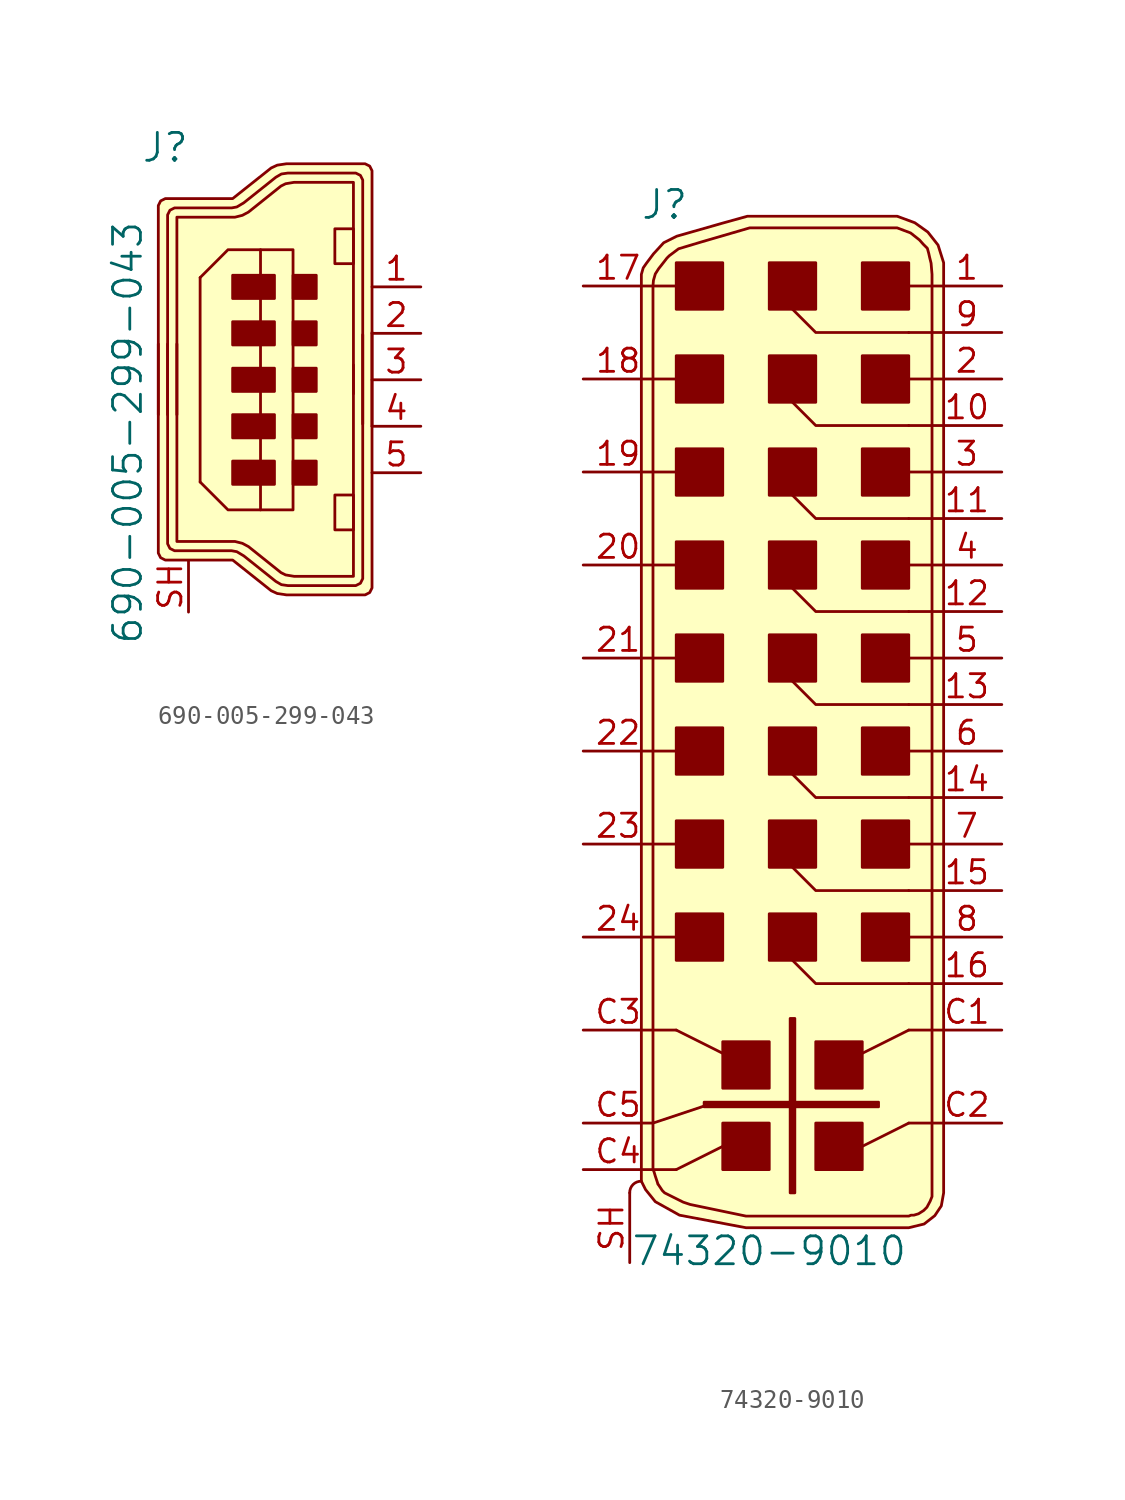
<source format=kicad_sym>
(kicad_symbol_lib
  (version 20211014)
  (generator kicad_symbol_editor)
  (symbol "690-005-299-043"
    (pin_names
      (offset 1.016))
    (property "Reference" "J"
      (at 8.89 30.48 0)
      (effects (font (size 1.524 1.524))))
    (property "Value" "690-005-299-043"
      (at 6.833 14.884 90)
      (effects (font (size 1.524 1.524))))
    (symbol "690-005-299-043_0_1"
      (polyline (pts (xy 10.795 23.368) (xy 10.795 12.192)) (stroke (width 0) (type default) (color 0 0 0 0)) (fill (type none)))
      (polyline (pts (xy 10.795 12.192) (xy 12.319 10.668) (xy 14.097 10.668)) (stroke (width 0) (type default) (color 0 0 0 0)) (fill (type none)))
      (polyline (pts (xy 10.795 23.368) (xy 12.319 24.892) (xy 14.097 24.892)) (stroke (width 0) (type default) (color 0 0 0 0)) (fill (type none)))
      (polyline (pts (xy 19.177 17.018) (xy 19.177 28.575) (xy 15.926 28.575) (xy 15.469 28.499) (xy 15.215 28.372) (xy 13.437 26.949) (xy 13.106 26.772) (xy 12.7 26.67) (xy 9.525 26.67) (xy 9.525 15.875)) (stroke (width 0) (type default) (color 0 0 0 0)) (fill (type none)))
      (polyline (pts (xy 19.177 18.593) (xy 19.177 7.036) (xy 15.926 7.036) (xy 15.469 7.112) (xy 15.215 7.239) (xy 13.437 8.661) (xy 13.106 8.839) (xy 12.7 8.941) (xy 9.525 8.941) (xy 9.525 19.736)) (stroke (width 0) (type default) (color 0 0 0 0)) (fill (type none)))
      (polyline (pts (xy 20.193 15.24) (xy 20.193 28.956) (xy 20.193 29.21) (xy 20.066 29.464) (xy 19.812 29.591) (xy 19.558 29.591) (xy 15.519 29.591) (xy 15.011 29.515) (xy 14.681 29.362) (xy 12.573 27.686) (xy 9.144 27.686) (xy 8.89 27.686) (xy 8.636 27.559) (xy 8.509 27.305) (xy 8.509 27.051) (xy 8.509 15.875)) (stroke (width 0) (type default) (color 0 0 0 0)) (fill (type background)))
      (polyline (pts (xy 20.193 20.371) (xy 20.193 6.655) (xy 20.193 6.401) (xy 20.066 6.147) (xy 19.812 6.02) (xy 19.558 6.02) (xy 15.519 6.02) (xy 15.011 6.096) (xy 14.681 6.248) (xy 12.573 7.925) (xy 9.144 7.925) (xy 8.89 7.925) (xy 8.636 8.052) (xy 8.509 8.306) (xy 8.509 8.56) (xy 8.509 19.736)) (stroke (width 0) (type default) (color 0 0 0 0)) (fill (type background)))
      (polyline (pts (xy 19.685 15.367) (xy 19.685 28.448) (xy 19.685 28.702) (xy 19.558 28.956) (xy 19.304 29.083) (xy 19.05 29.083) (xy 15.596 29.083) (xy 15.24 29.032) (xy 14.935 28.854) (xy 13.183 27.457) (xy 12.802 27.229) (xy 12.522 27.178) (xy 9.652 27.178) (xy 9.398 27.178) (xy 9.144 27.051) (xy 9.017 26.797) (xy 9.017 26.543) (xy 9.017 15.875)) (stroke (width 0) (type default) (color 0 0 0 0)) (fill (type none)))
      (polyline (pts (xy 19.685 20.244) (xy 19.685 7.163) (xy 19.685 6.909) (xy 19.558 6.655) (xy 19.304 6.528) (xy 19.05 6.528) (xy 15.596 6.528) (xy 15.24 6.579) (xy 14.935 6.756) (xy 13.183 8.153) (xy 12.802 8.382) (xy 12.522 8.433) (xy 9.652 8.433) (xy 9.398 8.433) (xy 9.144 8.56) (xy 9.017 8.814) (xy 9.017 9.068) (xy 9.017 19.736)) (stroke (width 0) (type default) (color 0 0 0 0)) (fill (type none)))
      (rectangle (start 14.859 12.065) (end 12.573 13.335) (stroke (width 0) (type default) (color 0 0 0 0)) (fill (type outline)))
      (rectangle (start 14.859 14.605) (end 12.573 15.875) (stroke (width 0) (type default) (color 0 0 0 0)) (fill (type outline)))
      (rectangle (start 14.859 17.145) (end 12.573 18.415) (stroke (width 0) (type default) (color 0 0 0 0)) (fill (type outline)))
      (rectangle (start 14.859 19.685) (end 12.573 20.955) (stroke (width 0) (type default) (color 0 0 0 0)) (fill (type outline)))
      (rectangle (start 14.859 22.225) (end 12.573 23.495) (stroke (width 0) (type default) (color 0 0 0 0)) (fill (type outline)))
      (rectangle (start 15.875 10.668) (end 14.097 24.892) (stroke (width 0) (type default) (color 0 0 0 0)) (fill (type none)))
      (rectangle (start 17.145 13.335) (end 15.875 12.065) (stroke (width 0) (type default) (color 0 0 0 0)) (fill (type outline)))
      (rectangle (start 17.145 15.875) (end 15.875 14.605) (stroke (width 0) (type default) (color 0 0 0 0)) (fill (type outline)))
      (rectangle (start 17.145 18.415) (end 15.875 17.145) (stroke (width 0) (type default) (color 0 0 0 0)) (fill (type outline)))
      (rectangle (start 17.145 20.955) (end 15.875 19.685) (stroke (width 0) (type default) (color 0 0 0 0)) (fill (type outline)))
      (rectangle (start 17.145 23.495) (end 15.875 22.225) (stroke (width 0) (type default) (color 0 0 0 0)) (fill (type outline)))
      (rectangle (start 18.161 9.576) (end 19.177 11.481) (stroke (width 0) (type default) (color 0 0 0 0)) (fill (type none)))
      (rectangle (start 18.161 26.035) (end 19.177 24.13) (stroke (width 0) (type default) (color 0 0 0 0)) (fill (type none))))
    (symbol "690-005-299-043_1_1"
      (pin passive line (at 22.86 22.86 180) (length 2.667) (name "~" (effects (font (size 1.27 1.27)))) (number "1" (effects (font (size 1.27 1.27)))))
      (pin passive line (at 22.86 20.32 180) (length 2.667) (name "~" (effects (font (size 1.27 1.27)))) (number "2" (effects (font (size 1.27 1.27)))))
      (pin passive line (at 22.86 17.78 180) (length 2.667) (name "~" (effects (font (size 1.27 1.27)))) (number "3" (effects (font (size 1.27 1.27)))))
      (pin passive line (at 22.86 15.24 180) (length 2.667) (name "~" (effects (font (size 1.27 1.27)))) (number "4" (effects (font (size 1.27 1.27)))))
      (pin passive line (at 22.86 12.7 180) (length 2.667) (name "~" (effects (font (size 1.27 1.27)))) (number "5" (effects (font (size 1.27 1.27)))))
      (pin passive line (at 10.16 5.08 90) (length 2.794) (name "~" (effects (font (size 1.27 1.27)))) (number "SH" (effects (font (size 1.27 1.27)))))))
  (symbol "74320-9010"
    (pin_names
      (offset 1.016))
    (property "Reference" "J"
      (at -8.255 27.305 0)
      (effects (font (size 1.524 1.524))))
    (property "Value" "74320-9010"
      (at -2.54 -29.845 0)
      (effects (font (size 1.524 1.524))))
    (symbol "74320-9010_0_1"
      (arc (start -9.525 -26.035) (mid -9.9825 -26.2192) (end -10.16 -26.67) (stroke (width 0) (type default) (color 0 0 0 0)) (fill (type none)))
      (rectangle (start -5.08 -11.43) (end -7.62 -13.97) (stroke (width 0) (type default) (color 0 0 0 0)) (fill (type outline)))
      (rectangle (start -5.08 -6.35) (end -7.62 -8.89) (stroke (width 0) (type default) (color 0 0 0 0)) (fill (type outline)))
      (rectangle (start -5.08 -1.27) (end -7.62 -3.81) (stroke (width 0) (type default) (color 0 0 0 0)) (fill (type outline)))
      (rectangle (start -5.08 3.81) (end -7.62 1.27) (stroke (width 0) (type default) (color 0 0 0 0)) (fill (type outline)))
      (rectangle (start -5.08 8.89) (end -7.62 6.35) (stroke (width 0) (type default) (color 0 0 0 0)) (fill (type outline)))
      (rectangle (start -5.08 13.97) (end -7.62 11.43) (stroke (width 0) (type default) (color 0 0 0 0)) (fill (type outline)))
      (rectangle (start -5.08 19.05) (end -7.62 16.51) (stroke (width 0) (type default) (color 0 0 0 0)) (fill (type outline)))
      (rectangle (start -5.08 24.13) (end -7.62 21.59) (stroke (width 0) (type default) (color 0 0 0 0)) (fill (type outline)))
      (rectangle (start -2.54 -22.86) (end -5.08 -25.4) (stroke (width 0) (type default) (color 0 0 0 0)) (fill (type outline)))
      (rectangle (start -2.54 -18.415) (end -5.08 -20.955) (stroke (width 0) (type default) (color 0 0 0 0)) (fill (type outline)))
      (rectangle (start -1.397 -17.145) (end -1.143 -26.67) (stroke (width 0) (type default) (color 0 0 0 0)) (fill (type outline)))
      (rectangle (start 0 -11.43) (end -2.54 -13.97) (stroke (width 0) (type default) (color 0 0 0 0)) (fill (type outline)))
      (rectangle (start 0 -6.35) (end -2.54 -8.89) (stroke (width 0) (type default) (color 0 0 0 0)) (fill (type outline)))
      (rectangle (start 0 -1.27) (end -2.54 -3.81) (stroke (width 0) (type default) (color 0 0 0 0)) (fill (type outline)))
      (polyline (pts (xy -8.89 -22.86) (xy -5.842 -21.844)) (stroke (width 0) (type default) (color 0 0 0 0)) (fill (type none)))
      (polyline (pts (xy -7.62 -25.4) (xy -8.89 -25.4)) (stroke (width 0) (type default) (color 0 0 0 0)) (fill (type none)))
      (polyline (pts (xy -7.62 -25.4) (xy -5.08 -24.13)) (stroke (width 0) (type default) (color 0 0 0 0)) (fill (type none)))
      (polyline (pts (xy -7.62 -17.78) (xy -8.89 -17.78)) (stroke (width 0) (type default) (color 0 0 0 0)) (fill (type none)))
      (polyline (pts (xy -7.62 -17.78) (xy -5.08 -19.05)) (stroke (width 0) (type default) (color 0 0 0 0)) (fill (type none)))
      (polyline (pts (xy -7.62 -12.7) (xy -8.89 -12.7)) (stroke (width 0) (type default) (color 0 0 0 0)) (fill (type none)))
      (polyline (pts (xy -7.62 -7.62) (xy -8.89 -7.62)) (stroke (width 0) (type default) (color 0 0 0 0)) (fill (type none)))
      (polyline (pts (xy -7.62 -2.54) (xy -8.89 -2.54)) (stroke (width 0) (type default) (color 0 0 0 0)) (fill (type none)))
      (polyline (pts (xy -7.62 2.54) (xy -8.89 2.54)) (stroke (width 0) (type default) (color 0 0 0 0)) (fill (type none)))
      (polyline (pts (xy -7.62 7.62) (xy -8.89 7.62)) (stroke (width 0) (type default) (color 0 0 0 0)) (fill (type none)))
      (polyline (pts (xy -7.62 12.7) (xy -8.89 12.7)) (stroke (width 0) (type default) (color 0 0 0 0)) (fill (type none)))
      (polyline (pts (xy -7.62 17.78) (xy -8.89 17.78)) (stroke (width 0) (type default) (color 0 0 0 0)) (fill (type none)))
      (polyline (pts (xy -7.62 22.86) (xy -8.89 22.86)) (stroke (width 0) (type default) (color 0 0 0 0)) (fill (type none)))
      (polyline (pts (xy 5.08 -22.86) (xy 2.54 -24.13)) (stroke (width 0) (type default) (color 0 0 0 0)) (fill (type none)))
      (polyline (pts (xy 5.08 -17.78) (xy 2.54 -19.05)) (stroke (width 0) (type default) (color 0 0 0 0)) (fill (type none)))
      (polyline (pts (xy 5.08 22.86) (xy 5.08 22.86)) (stroke (width 0) (type default) (color 0 0 0 0)) (fill (type none)))
      (polyline (pts (xy 6.35 -22.86) (xy 5.08 -22.86)) (stroke (width 0) (type default) (color 0 0 0 0)) (fill (type none)))
      (polyline (pts (xy 6.35 -17.78) (xy 5.08 -17.78)) (stroke (width 0) (type default) (color 0 0 0 0)) (fill (type none)))
      (polyline (pts (xy 6.35 -15.24) (xy 5.08 -15.24)) (stroke (width 0) (type default) (color 0 0 0 0)) (fill (type none)))
      (polyline (pts (xy 6.35 -12.7) (xy 5.08 -12.7)) (stroke (width 0) (type default) (color 0 0 0 0)) (fill (type none)))
      (polyline (pts (xy 6.35 -10.16) (xy 5.08 -10.16)) (stroke (width 0) (type default) (color 0 0 0 0)) (fill (type none)))
      (polyline (pts (xy 6.35 -7.62) (xy 5.08 -7.62)) (stroke (width 0) (type default) (color 0 0 0 0)) (fill (type none)))
      (polyline (pts (xy 6.35 -5.08) (xy 5.08 -5.08)) (stroke (width 0) (type default) (color 0 0 0 0)) (fill (type none)))
      (polyline (pts (xy 6.35 -2.54) (xy 5.08 -2.54)) (stroke (width 0) (type default) (color 0 0 0 0)) (fill (type none)))
      (polyline (pts (xy 6.35 0) (xy 5.08 0)) (stroke (width 0) (type default) (color 0 0 0 0)) (fill (type none)))
      (polyline (pts (xy 6.35 2.54) (xy 5.08 2.54)) (stroke (width 0) (type default) (color 0 0 0 0)) (fill (type none)))
      (polyline (pts (xy 6.35 5.08) (xy 5.08 5.08)) (stroke (width 0) (type default) (color 0 0 0 0)) (fill (type none)))
      (polyline (pts (xy 6.35 7.62) (xy 5.08 7.62)) (stroke (width 0) (type default) (color 0 0 0 0)) (fill (type none)))
      (polyline (pts (xy 6.35 10.16) (xy 5.08 10.16)) (stroke (width 0) (type default) (color 0 0 0 0)) (fill (type none)))
      (polyline (pts (xy 6.35 12.7) (xy 5.08 12.7)) (stroke (width 0) (type default) (color 0 0 0 0)) (fill (type none)))
      (polyline (pts (xy 6.35 15.24) (xy 5.08 15.24)) (stroke (width 0) (type default) (color 0 0 0 0)) (fill (type none)))
      (polyline (pts (xy 6.35 17.78) (xy 5.08 17.78)) (stroke (width 0) (type default) (color 0 0 0 0)) (fill (type none)))
      (polyline (pts (xy 6.35 20.32) (xy 5.08 20.32)) (stroke (width 0) (type default) (color 0 0 0 0)) (fill (type none)))
      (polyline (pts (xy 6.35 22.86) (xy 5.08 22.86)) (stroke (width 0) (type default) (color 0 0 0 0)) (fill (type none)))
      (polyline (pts (xy -1.27 -13.97) (xy 0 -15.24) (xy 5.08 -15.24)) (stroke (width 0) (type default) (color 0 0 0 0)) (fill (type none)))
      (polyline (pts (xy -1.27 -8.89) (xy 0 -10.16) (xy 5.08 -10.16)) (stroke (width 0) (type default) (color 0 0 0 0)) (fill (type none)))
      (polyline (pts (xy -1.27 -3.81) (xy 0 -5.08) (xy 5.08 -5.08)) (stroke (width 0) (type default) (color 0 0 0 0)) (fill (type none)))
      (polyline (pts (xy -1.27 1.27) (xy 0 0) (xy 5.08 0)) (stroke (width 0) (type default) (color 0 0 0 0)) (fill (type none)))
      (polyline (pts (xy -1.27 6.35) (xy 0 5.08) (xy 5.08 5.08)) (stroke (width 0) (type default) (color 0 0 0 0)) (fill (type none)))
      (polyline (pts (xy -1.27 11.43) (xy 0 10.16) (xy 5.08 10.16)) (stroke (width 0) (type default) (color 0 0 0 0)) (fill (type none)))
      (polyline (pts (xy -1.27 16.51) (xy 0 15.24) (xy 5.08 15.24)) (stroke (width 0) (type default) (color 0 0 0 0)) (fill (type none)))
      (polyline (pts (xy -1.27 21.59) (xy 0 20.32) (xy 5.08 20.32)) (stroke (width 0) (type default) (color 0 0 0 0)) (fill (type none)))
      (polyline (pts (xy 6.985 -26.67) (xy 6.985 24.13) (xy 6.68 25.095) (xy 6.121 25.806) (xy 5.41 26.314) (xy 4.445 26.67) (xy -3.734 26.67) (xy -5.105 26.289) (xy -7.595 25.578) (xy -8.306 25.222) (xy -8.865 24.613) (xy -9.246 24.105) (xy -9.423 23.851) (xy -9.525 23.495) (xy -9.525 -26.035) (xy -9.296 -26.492) (xy -8.763 -27.153) (xy -7.442 -27.889) (xy -3.81 -28.575) (xy 5.08 -28.575) (xy 5.918 -28.372) (xy 6.502 -27.915) (xy 6.858 -27.381) (xy 6.985 -26.67)) (stroke (width 0) (type default) (color 0 0 0 0)) (fill (type background)))
      (polyline (pts (xy -8.89 22.86) (xy -8.865 23.165) (xy -8.763 23.52) (xy -8.585 23.8) (xy -8.306 24.155) (xy -8.128 24.384) (xy -8.001 24.511) (xy -7.493 24.892) (xy -6.223 25.273) (xy -3.607 26.035) (xy 0.635 26.035) (xy 4.445 26.035) (xy 5.182 25.756) (xy 5.664 25.375) (xy 5.867 25.146) (xy 6.096 24.917) (xy 6.172 24.638) (xy 6.223 24.409) (xy 6.299 24.105) (xy 6.35 23.495) (xy 6.35 -26.67) (xy 6.35 -26.873) (xy 6.248 -27.127) (xy 6.071 -27.457) (xy 5.893 -27.635) (xy 5.613 -27.813) (xy 5.359 -27.889) (xy 5.207 -27.889) (xy 5.08 -27.94) (xy -3.81 -27.94) (xy -6.858 -27.305) (xy -7.239 -27.178) (xy -7.747 -26.924) (xy -8.001 -26.797) (xy -8.255 -26.67) (xy -8.382 -26.543) (xy -8.636 -26.162) (xy -8.611 -26.213) (xy -8.687 -25.984) (xy -8.763 -25.756) (xy -8.839 -25.502) (xy -8.89 -25.4) (xy -8.89 22.86)) (stroke (width 0) (type default) (color 0 0 0 0)) (fill (type background)))
      (rectangle (start 0 3.81) (end -2.54 1.27) (stroke (width 0) (type default) (color 0 0 0 0)) (fill (type outline)))
      (rectangle (start 0 8.89) (end -2.54 6.35) (stroke (width 0) (type default) (color 0 0 0 0)) (fill (type outline)))
      (rectangle (start 0 13.97) (end -2.54 11.43) (stroke (width 0) (type default) (color 0 0 0 0)) (fill (type outline)))
      (rectangle (start 0 19.05) (end -2.54 16.51) (stroke (width 0) (type default) (color 0 0 0 0)) (fill (type outline)))
      (rectangle (start 0 24.13) (end -2.54 21.59) (stroke (width 0) (type default) (color 0 0 0 0)) (fill (type outline)))
      (rectangle (start 2.54 -22.86) (end 0 -25.4) (stroke (width 0) (type default) (color 0 0 0 0)) (fill (type outline)))
      (rectangle (start 2.54 -18.415) (end 0 -20.955) (stroke (width 0) (type default) (color 0 0 0 0)) (fill (type outline)))
      (rectangle (start 5.08 -11.43) (end 2.54 -13.97) (stroke (width 0) (type default) (color 0 0 0 0)) (fill (type outline)))
      (rectangle (start 5.08 -6.35) (end 2.54 -8.89) (stroke (width 0) (type default) (color 0 0 0 0)) (fill (type outline)))
      (rectangle (start 5.08 -1.27) (end 2.54 -3.81) (stroke (width 0) (type default) (color 0 0 0 0)) (fill (type outline)))
      (rectangle (start 5.08 3.81) (end 2.54 1.27) (stroke (width 0) (type default) (color 0 0 0 0)) (fill (type outline)))
      (rectangle (start 5.08 8.89) (end 2.54 6.35) (stroke (width 0) (type default) (color 0 0 0 0)) (fill (type outline)))
      (rectangle (start 5.08 13.97) (end 2.54 11.43) (stroke (width 0) (type default) (color 0 0 0 0)) (fill (type outline)))
      (rectangle (start 5.08 19.05) (end 2.54 16.51) (stroke (width 0) (type default) (color 0 0 0 0)) (fill (type outline)))
      (rectangle (start 5.08 24.13) (end 2.54 21.59) (stroke (width 0) (type default) (color 0 0 0 0)) (fill (type outline))))
    (symbol "74320-9010_1_1"
      (rectangle (start -6.096 -21.971) (end 3.429 -21.717) (stroke (width 0) (type default) (color 0 0 0 0)) (fill (type outline)))
      (pin passive line (at 10.16 22.86 180) (length 3.81) (name "~" (effects (font (size 1.27 1.27)))) (number "1" (effects (font (size 1.27 1.27)))))
      (pin passive line (at 10.16 15.24 180) (length 3.81) (name "~" (effects (font (size 1.27 1.27)))) (number "10" (effects (font (size 1.27 1.27)))))
      (pin passive line (at 10.16 10.16 180) (length 3.81) (name "~" (effects (font (size 1.27 1.27)))) (number "11" (effects (font (size 1.27 1.27)))))
      (pin passive line (at 10.16 5.08 180) (length 3.81) (name "~" (effects (font (size 1.27 1.27)))) (number "12" (effects (font (size 1.27 1.27)))))
      (pin passive line (at 10.16 0 180) (length 3.81) (name "~" (effects (font (size 1.27 1.27)))) (number "13" (effects (font (size 1.27 1.27)))))
      (pin passive line (at 10.16 -5.08 180) (length 3.81) (name "~" (effects (font (size 1.27 1.27)))) (number "14" (effects (font (size 1.27 1.27)))))
      (pin passive line (at 10.16 -10.16 180) (length 3.81) (name "~" (effects (font (size 1.27 1.27)))) (number "15" (effects (font (size 1.27 1.27)))))
      (pin passive line (at 10.16 -15.24 180) (length 3.81) (name "~" (effects (font (size 1.27 1.27)))) (number "16" (effects (font (size 1.27 1.27)))))
      (pin passive line (at -12.7 22.86 0) (length 3.81) (name "~" (effects (font (size 1.27 1.27)))) (number "17" (effects (font (size 1.27 1.27)))))
      (pin passive line (at -12.7 17.78 0) (length 3.81) (name "~" (effects (font (size 1.27 1.27)))) (number "18" (effects (font (size 1.27 1.27)))))
      (pin passive line (at -12.7 12.7 0) (length 3.81) (name "~" (effects (font (size 1.27 1.27)))) (number "19" (effects (font (size 1.27 1.27)))))
      (pin passive line (at 10.16 17.78 180) (length 3.81) (name "~" (effects (font (size 1.27 1.27)))) (number "2" (effects (font (size 1.27 1.27)))))
      (pin passive line (at -12.7 7.62 0) (length 3.81) (name "~" (effects (font (size 1.27 1.27)))) (number "20" (effects (font (size 1.27 1.27)))))
      (pin passive line (at -12.7 2.54 0) (length 3.81) (name "~" (effects (font (size 1.27 1.27)))) (number "21" (effects (font (size 1.27 1.27)))))
      (pin passive line (at -12.7 -2.54 0) (length 3.81) (name "~" (effects (font (size 1.27 1.27)))) (number "22" (effects (font (size 1.27 1.27)))))
      (pin passive line (at -12.7 -7.62 0) (length 3.81) (name "~" (effects (font (size 1.27 1.27)))) (number "23" (effects (font (size 1.27 1.27)))))
      (pin passive line (at -12.7 -12.7 0) (length 3.81) (name "~" (effects (font (size 1.27 1.27)))) (number "24" (effects (font (size 1.27 1.27)))))
      (pin passive line (at 10.16 12.7 180) (length 3.81) (name "~" (effects (font (size 1.27 1.27)))) (number "3" (effects (font (size 1.27 1.27)))))
      (pin passive line (at 10.16 7.62 180) (length 3.81) (name "~" (effects (font (size 1.27 1.27)))) (number "4" (effects (font (size 1.27 1.27)))))
      (pin passive line (at 10.16 2.54 180) (length 3.81) (name "~" (effects (font (size 1.27 1.27)))) (number "5" (effects (font (size 1.27 1.27)))))
      (pin passive line (at 10.16 -2.54 180) (length 3.81) (name "~" (effects (font (size 1.27 1.27)))) (number "6" (effects (font (size 1.27 1.27)))))
      (pin passive line (at 10.16 -7.62 180) (length 3.81) (name "~" (effects (font (size 1.27 1.27)))) (number "7" (effects (font (size 1.27 1.27)))))
      (pin passive line (at 10.16 -12.7 180) (length 3.81) (name "~" (effects (font (size 1.27 1.27)))) (number "8" (effects (font (size 1.27 1.27)))))
      (pin passive line (at 10.16 20.32 180) (length 3.81) (name "~" (effects (font (size 1.27 1.27)))) (number "9" (effects (font (size 1.27 1.27)))))
      (pin passive line (at 10.16 -17.78 180) (length 3.81) (name "~" (effects (font (size 1.27 1.27)))) (number "C1" (effects (font (size 1.27 1.27)))))
      (pin passive line (at 10.16 -22.86 180) (length 3.81) (name "~" (effects (font (size 1.27 1.27)))) (number "C2" (effects (font (size 1.27 1.27)))))
      (pin passive line (at -12.7 -17.78 0) (length 3.81) (name "~" (effects (font (size 1.27 1.27)))) (number "C3" (effects (font (size 1.27 1.27)))))
      (pin passive line (at -12.7 -25.4 0) (length 3.81) (name "~" (effects (font (size 1.27 1.27)))) (number "C4" (effects (font (size 1.27 1.27)))))
      (pin passive line (at -12.7 -22.86 0) (length 3.81) (name "~" (effects (font (size 1.27 1.27)))) (number "C5" (effects (font (size 1.27 1.27)))))
      (pin passive line (at -10.16 -30.48 90) (length 3.81) (name "~" (effects (font (size 1.27 1.27)))) (number "SH" (effects (font (size 1.27 1.27))))))))
</source>
